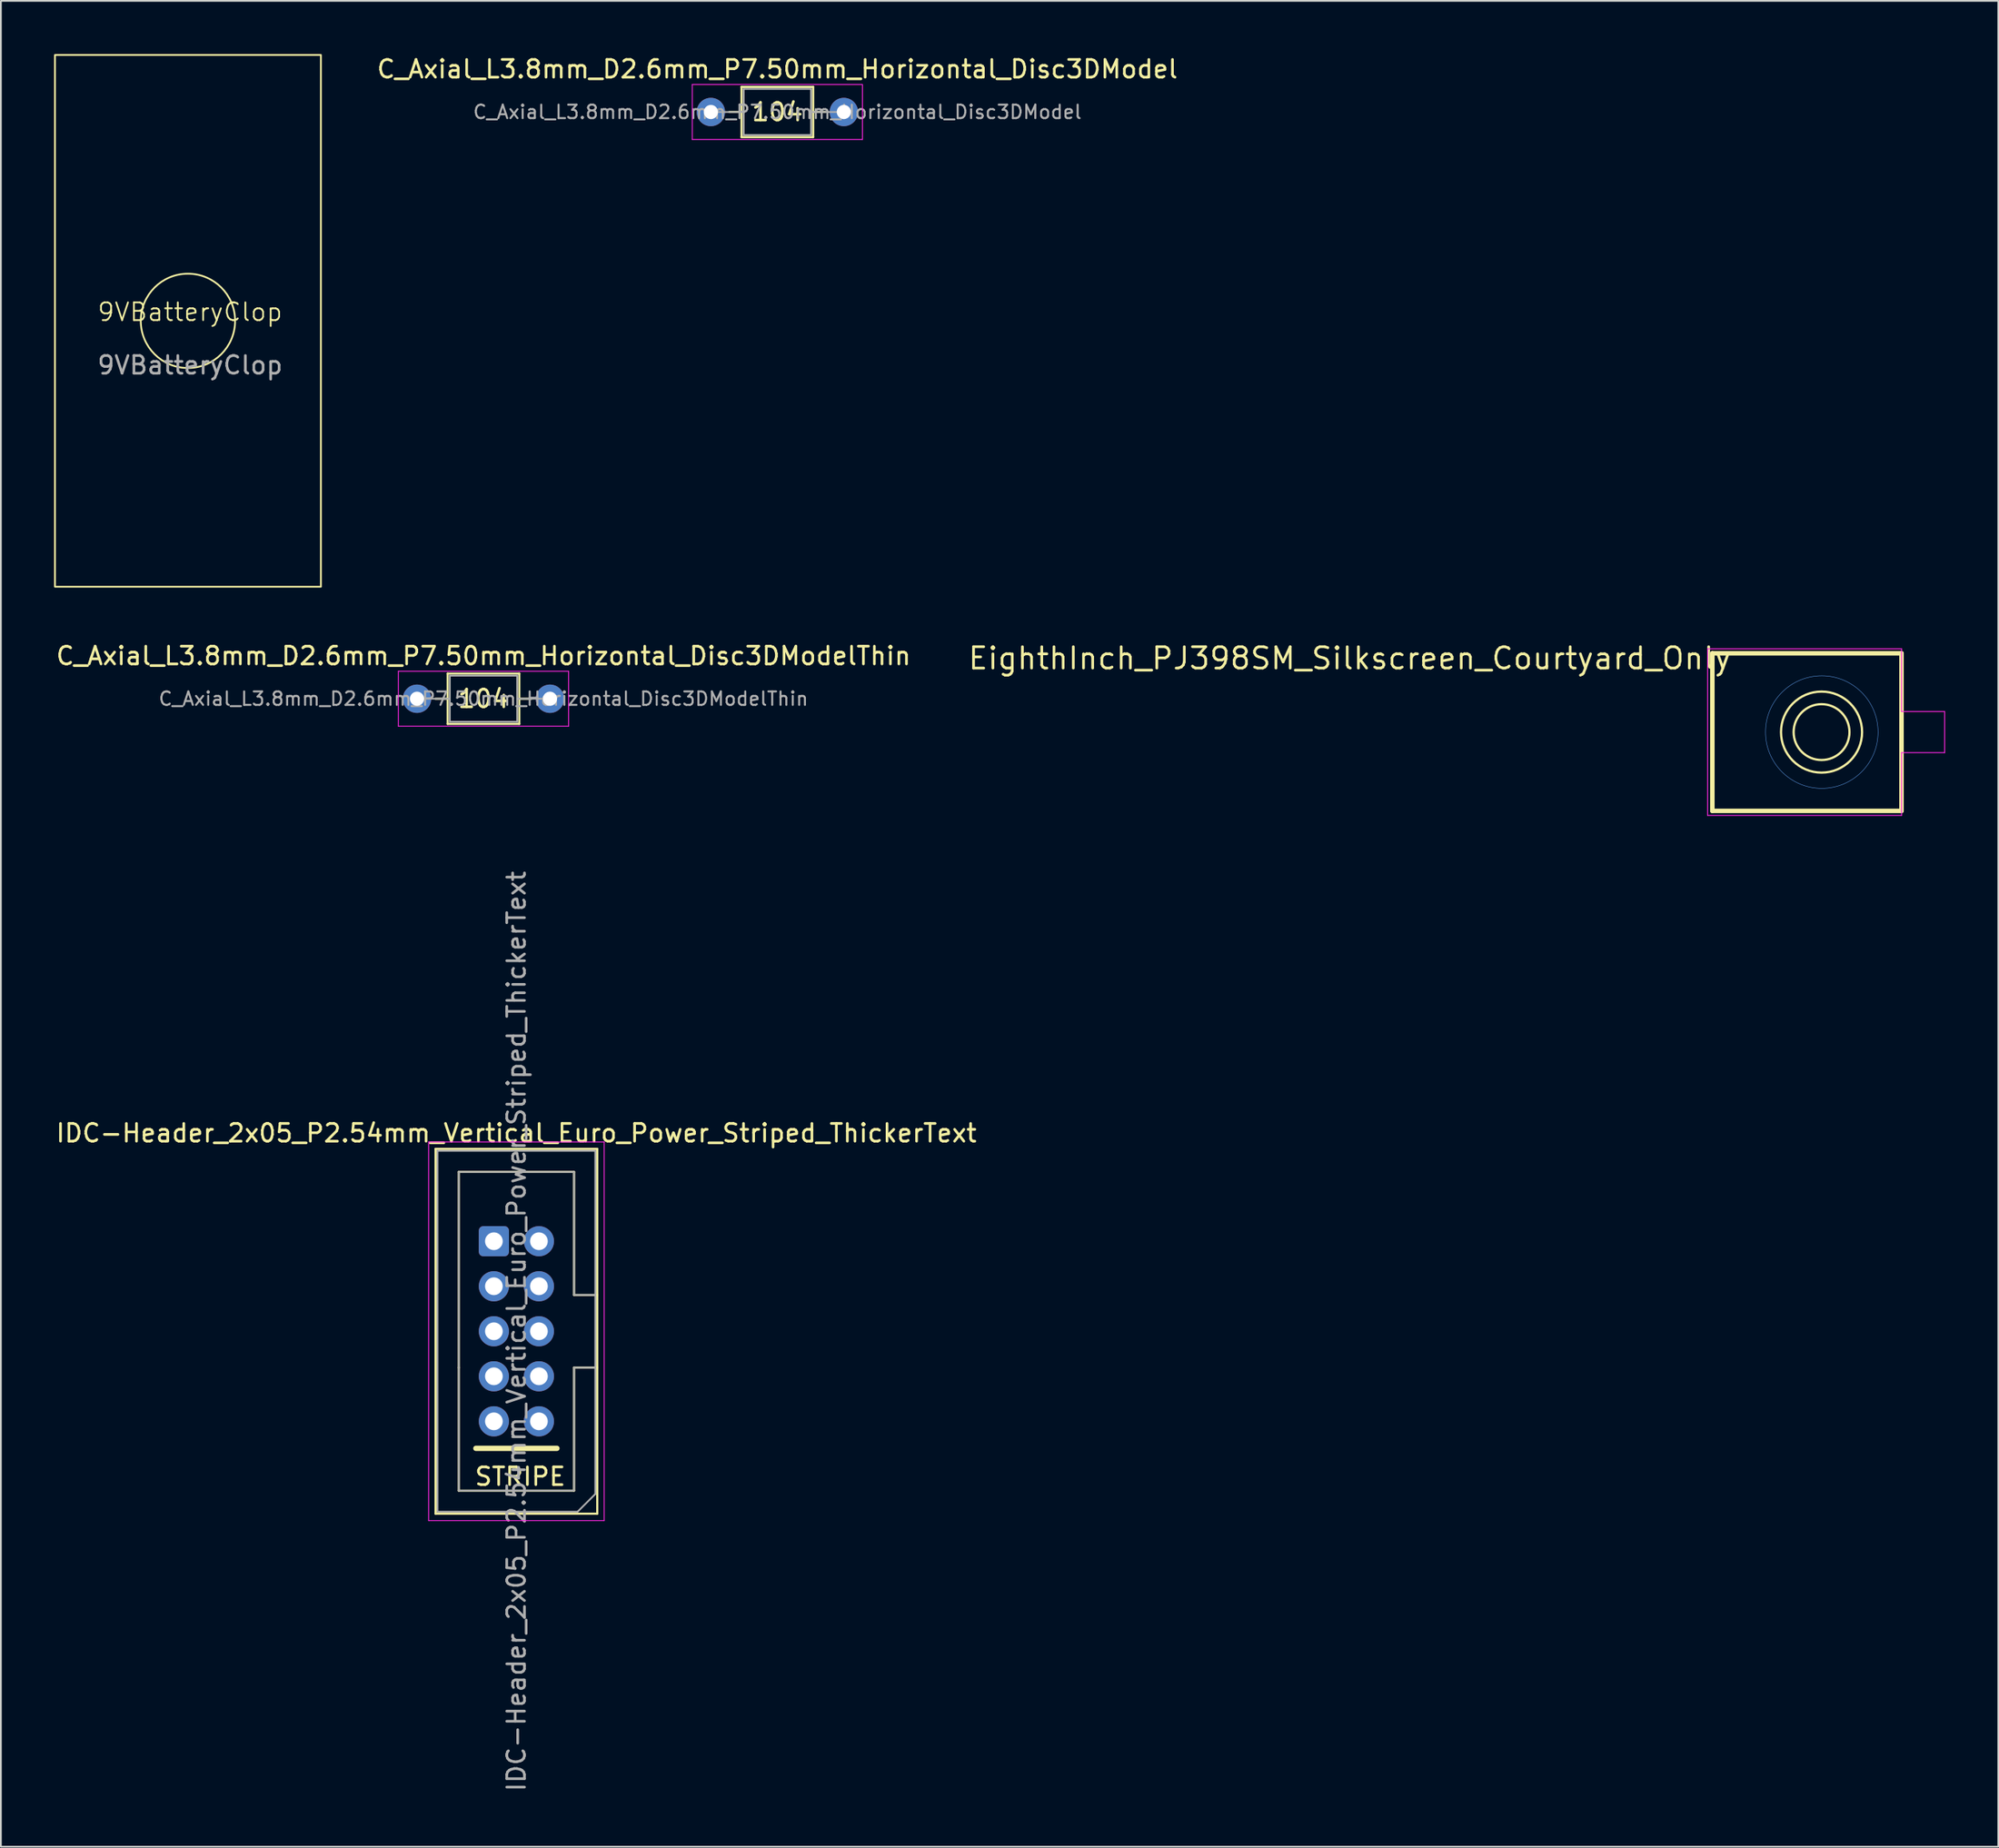
<source format=kicad_pcb>
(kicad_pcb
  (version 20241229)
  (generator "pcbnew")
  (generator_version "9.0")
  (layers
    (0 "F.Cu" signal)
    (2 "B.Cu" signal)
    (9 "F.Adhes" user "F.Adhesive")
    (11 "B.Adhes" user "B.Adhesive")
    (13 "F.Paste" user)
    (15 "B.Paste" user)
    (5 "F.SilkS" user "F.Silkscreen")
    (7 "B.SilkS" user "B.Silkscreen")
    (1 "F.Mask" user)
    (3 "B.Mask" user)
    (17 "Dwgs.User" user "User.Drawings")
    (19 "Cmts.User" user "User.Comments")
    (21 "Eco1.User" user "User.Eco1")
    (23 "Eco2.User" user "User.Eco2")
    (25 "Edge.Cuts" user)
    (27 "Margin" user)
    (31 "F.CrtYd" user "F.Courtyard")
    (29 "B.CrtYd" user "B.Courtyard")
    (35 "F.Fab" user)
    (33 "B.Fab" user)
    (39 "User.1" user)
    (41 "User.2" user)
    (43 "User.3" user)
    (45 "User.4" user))
  (footprint "IDC-Header_2x05_P2.54mm_Vertical_Euro_Power_Striped_ThickerText"
    (layer "F.Cu")
    (at 24.807 66.971)
    (property "Reference" "IDC-Header_2x05_P2.54mm_Vertical_Euro_Power_Striped_ThickerText" (at 1.27 -6.1 0) (layer "F.SilkS") (effects (font (size 1 1) (thickness 0.15))))
    (attr through_hole)
    (fp_line (start -3.29 -5.21) (end -3.29 15.37) (stroke (width 0.12) (type solid)) (layer "F.SilkS"))
    (fp_line (start -3.29 15.37) (end 5.83 15.37) (stroke (width 0.12) (type solid)) (layer "F.SilkS"))
    (fp_line (start -1.98 -3.91) (end -1.98 14.07) (stroke (width 0.12) (type solid)) (layer "F.SilkS"))
    (fp_line (start -1.98 7.13) (end -1.98 7.13) (stroke (width 0.12) (type solid)) (layer "F.SilkS"))
    (fp_line (start -1.98 14.07) (end 4.52 14.07) (stroke (width 0.12) (type solid)) (layer "F.SilkS"))
    (fp_line (start 3.556 11.684) (end -1.016 11.684) (stroke (width 0.3) (type default)) (layer "F.SilkS"))
    (fp_line (start 4.52 -3.91) (end -1.98 -3.91) (stroke (width 0.12) (type solid)) (layer "F.SilkS"))
    (fp_line (start 4.52 3.03) (end 4.52 -3.91) (stroke (width 0.12) (type solid)) (layer "F.SilkS"))
    (fp_line (start 4.52 7.13) (end 5.83 7.13) (stroke (width 0.12) (type solid)) (layer "F.SilkS"))
    (fp_line (start 4.52 14.07) (end 4.52 7.13) (stroke (width 0.12) (type solid)) (layer "F.SilkS"))
    (fp_line (start 5.83 -5.21) (end -3.29 -5.21) (stroke (width 0.12) (type solid)) (layer "F.SilkS"))
    (fp_line (start 5.83 3.03) (end 4.52 3.03) (stroke (width 0.12) (type solid)) (layer "F.SilkS"))
    (fp_line (start 5.83 15.37) (end 5.83 -5.21) (stroke (width 0.12) (type solid)) (layer "F.SilkS"))
    (fp_line (start -3.68 -5.6) (end 6.22 -5.6) (stroke (width 0.05) (type solid)) (layer "F.CrtYd"))
    (fp_line (start -3.68 15.76) (end -3.68 -5.6) (stroke (width 0.05) (type solid)) (layer "F.CrtYd"))
    (fp_line (start 6.22 -5.6) (end 6.22 15.76) (stroke (width 0.05) (type solid)) (layer "F.CrtYd"))
    (fp_line (start 6.22 15.76) (end -3.68 15.76) (stroke (width 0.05) (type solid)) (layer "F.CrtYd"))
    (fp_line (start -3.18 -5.1) (end -3.18 15.26) (stroke (width 0.1) (type solid)) (layer "F.Fab"))
    (fp_line (start -3.18 15.26) (end 4.72 15.26) (stroke (width 0.1) (type solid)) (layer "F.Fab"))
    (fp_line (start -1.98 -3.91) (end -1.98 14.07) (stroke (width 0.1) (type solid)) (layer "F.Fab"))
    (fp_line (start -1.98 7.13) (end -1.98 7.13) (stroke (width 0.1) (type solid)) (layer "F.Fab"))
    (fp_line (start -1.98 14.07) (end 4.52 14.07) (stroke (width 0.1) (type solid)) (layer "F.Fab"))
    (fp_line (start 4.52 -3.91) (end -1.98 -3.91) (stroke (width 0.1) (type solid)) (layer "F.Fab"))
    (fp_line (start 4.52 3.03) (end 4.52 -3.91) (stroke (width 0.1) (type solid)) (layer "F.Fab"))
    (fp_line (start 4.52 7.13) (end 5.72 7.13) (stroke (width 0.1) (type solid)) (layer "F.Fab"))
    (fp_line (start 4.52 14.07) (end 4.52 7.13) (stroke (width 0.1) (type solid)) (layer "F.Fab"))
    (fp_line (start 4.72 15.26) (end 5.72 14.26) (stroke (width 0.1) (type solid)) (layer "F.Fab"))
    (fp_line (start 5.72 -5.1) (end -3.18 -5.1) (stroke (width 0.1) (type solid)) (layer "F.Fab"))
    (fp_line (start 5.72 3.03) (end 4.52 3.03) (stroke (width 0.1) (type solid)) (layer "F.Fab"))
    (fp_line (start 5.72 14.26) (end 5.72 -5.1) (stroke (width 0.1) (type solid)) (layer "F.Fab"))
    (fp_text user "STRIPE" (at -1.162 13.86 0) (unlocked yes) (layer "F.SilkS") (effects (font (size 1 1) (thickness 0.15)) (justify left bottom)))
    (fp_text user "${REFERENCE}" (at 1.27 5.08 270) (layer "F.Fab") (effects (font (size 1 1) (thickness 0.15))))
    (pad "1" thru_hole roundrect (at 0 0) (size 1.7 1.7) (drill 1) (layers "*.Cu" "*.Mask") (roundrect_rratio 0.147))
    (pad "2" thru_hole circle (at 2.54 0) (size 1.7 1.7) (drill 1) (layers "*.Cu" "*.Mask"))
    (pad "3" thru_hole circle (at 0 2.54) (size 1.7 1.7) (drill 1) (layers "*.Cu" "*.Mask"))
    (pad "4" thru_hole circle (at 2.54 2.54) (size 1.7 1.7) (drill 1) (layers "*.Cu" "*.Mask"))
    (pad "5" thru_hole circle (at 0 5.08) (size 1.7 1.7) (drill 1) (layers "*.Cu" "*.Mask"))
    (pad "6" thru_hole circle (at 2.54 5.08) (size 1.7 1.7) (drill 1) (layers "*.Cu" "*.Mask"))
    (pad "7" thru_hole circle (at 0 7.62) (size 1.7 1.7) (drill 1) (layers "*.Cu" "*.Mask"))
    (pad "8" thru_hole circle (at 2.54 7.62) (size 1.7 1.7) (drill 1) (layers "*.Cu" "*.Mask"))
    (pad "9" thru_hole circle (at 0 10.16) (size 1.7 1.7) (drill 1) (layers "*.Cu" "*.Mask"))
    (pad "10" thru_hole circle (at 2.54 10.16) (size 1.7 1.7) (drill 1) (layers "*.Cu" "*.Mask")))
  (footprint "C_Axial_L3.8mm_D2.6mm_P7.50mm_Horizontal_Disc3DModel"
    (layer "F.Cu")
    (at 37.046 3.268)
    (property "Reference" "C_Axial_L3.8mm_D2.6mm_P7.50mm_Horizontal_Disc3DModel" (at 3.75 -2.42 180) (layer "F.SilkS") (effects (font (size 1 1) (thickness 0.15))))
    (property "Silkscreen Value" "104" (at 3.75 -0.000001 0) (unlocked yes) (layer "F.SilkS") (effects (font (size 1 1) (thickness 0.15))))
    (attr through_hole)
    (fp_line (start 1.04 0) (end 1.73 0) (stroke (width 0.12) (type solid)) (layer "F.SilkS"))
    (fp_line (start 1.73 -1.42) (end 1.73 1.42) (stroke (width 0.12) (type solid)) (layer "F.SilkS"))
    (fp_line (start 1.73 1.42) (end 5.77 1.42) (stroke (width 0.12) (type solid)) (layer "F.SilkS"))
    (fp_line (start 5.77 -1.42) (end 1.73 -1.42) (stroke (width 0.12) (type solid)) (layer "F.SilkS"))
    (fp_line (start 5.77 1.42) (end 5.77 -1.42) (stroke (width 0.12) (type solid)) (layer "F.SilkS"))
    (fp_line (start 6.46 0) (end 5.77 0) (stroke (width 0.12) (type solid)) (layer "F.SilkS"))
    (fp_line (start -1.05 -1.55) (end -1.05 1.55) (stroke (width 0.05) (type solid)) (layer "F.CrtYd"))
    (fp_line (start -1.05 1.55) (end 8.55 1.55) (stroke (width 0.05) (type solid)) (layer "F.CrtYd"))
    (fp_line (start 8.55 -1.55) (end -1.05 -1.55) (stroke (width 0.05) (type solid)) (layer "F.CrtYd"))
    (fp_line (start 8.55 1.55) (end 8.55 -1.55) (stroke (width 0.05) (type solid)) (layer "F.CrtYd"))
    (fp_line (start 0 0) (end 1.85 0) (stroke (width 0.1) (type solid)) (layer "F.Fab"))
    (fp_line (start 1.85 -1.3) (end 1.85 1.3) (stroke (width 0.1) (type solid)) (layer "F.Fab"))
    (fp_line (start 1.85 1.3) (end 5.65 1.3) (stroke (width 0.1) (type solid)) (layer "F.Fab"))
    (fp_line (start 5.65 -1.3) (end 1.85 -1.3) (stroke (width 0.1) (type solid)) (layer "F.Fab"))
    (fp_line (start 5.65 1.3) (end 5.65 -1.3) (stroke (width 0.1) (type solid)) (layer "F.Fab"))
    (fp_line (start 7.5 0) (end 5.65 0) (stroke (width 0.1) (type solid)) (layer "F.Fab"))
    (fp_text user "${REFERENCE}" (at 3.75 0 180) (layer "F.Fab") (effects (font (size 0.76 0.76) (thickness 0.114))))
    (pad "1" thru_hole circle (at 0 0) (size 1.6 1.6) (drill 0.8) (layers "*.Cu" "*.Mask"))
    (pad "2" thru_hole oval (at 7.5 0) (size 1.6 1.6) (drill 0.8) (layers "*.Cu" "*.Mask")))
  (footprint "EighthInch_PJ398SM_Silkscreen_Courtyard_Only"
    (layer "F.Cu")
    (at 99.705 38.249)
    (property "Reference" "EighthInch_PJ398SM_Silkscreen_Courtyard_Only" (at -5.017 -4.866 180) (layer "F.SilkS") (effects (font (size 1.206 1.206) (thickness 0.152)) (justify right top)))
    (attr through_hole)
    (fp_line (start -6.172 -4.445) (end -6.172 4.445) (stroke (width 0.254) (type solid)) (layer "F.SilkS"))
    (fp_line (start -6.172 4.445) (end 4.496 4.445) (stroke (width 0.254) (type solid)) (layer "F.SilkS"))
    (fp_line (start 4.496 -4.445) (end -6.172 -4.445) (stroke (width 0.254) (type solid)) (layer "F.SilkS"))
    (fp_line (start 4.496 4.445) (end 4.496 -4.445) (stroke (width 0.254) (type solid)) (layer "F.SilkS"))
    (fp_circle (center -0.013 0) (end 1.562 0) (stroke (width 0.127) (type solid)) (fill no) (layer "F.SilkS"))
    (fp_circle (center -0.013 0) (end 2.273 0) (stroke (width 0.127) (type solid)) (fill no) (layer "F.SilkS"))
    (fp_circle (center 0 0) (end 3.175 0) (stroke (width 0.025) (type solid)) (fill no) (layer "Cmts.User"))
    (fp_line (start -6.44 -4.7) (end -6.44 4.7) (stroke (width 0.05) (type solid)) (layer "F.CrtYd"))
    (fp_line (start -6.44 -4.7) (end 4.5 -4.7) (stroke (width 0.05) (type solid)) (layer "F.CrtYd"))
    (fp_line (start -6.44 4.7) (end 4.5 4.7) (stroke (width 0.05) (type solid)) (layer "F.CrtYd"))
    (fp_line (start 4.5 -4.7) (end 4.5 -1.16) (stroke (width 0.05) (type solid)) (layer "F.CrtYd"))
    (fp_line (start 4.5 -1.16) (end 6.93 -1.16) (stroke (width 0.05) (type solid)) (layer "F.CrtYd"))
    (fp_line (start 4.5 1.16) (end 4.5 4.7) (stroke (width 0.05) (type solid)) (layer "F.CrtYd"))
    (fp_line (start 6.93 -1.16) (end 6.93 1.16) (stroke (width 0.05) (type solid)) (layer "F.CrtYd"))
    (fp_line (start 6.93 1.16) (end 4.5 1.16) (stroke (width 0.05) (type solid)) (layer "F.CrtYd")))
  (footprint "C_Axial_L3.8mm_D2.6mm_P7.50mm_Horizontal_Disc3DModelThin"
    (layer "F.Cu")
    (at 20.47 36.368)
    (property "Reference" "C_Axial_L3.8mm_D2.6mm_P7.50mm_Horizontal_Disc3DModelThin" (at 3.75 -2.42 180) (layer "F.SilkS") (effects (font (size 1 1) (thickness 0.15))))
    (property "Silkscreen Value" "104" (at 3.75 -0.000001 0) (unlocked yes) (layer "F.SilkS") (effects (font (size 1 1) (thickness 0.15))))
    (attr through_hole)
    (fp_line (start 1.04 0) (end 1.73 0) (stroke (width 0.12) (type solid)) (layer "F.SilkS"))
    (fp_line (start 1.73 -1.42) (end 1.73 1.42) (stroke (width 0.12) (type solid)) (layer "F.SilkS"))
    (fp_line (start 1.73 1.42) (end 5.77 1.42) (stroke (width 0.12) (type solid)) (layer "F.SilkS"))
    (fp_line (start 5.77 -1.42) (end 1.73 -1.42) (stroke (width 0.12) (type solid)) (layer "F.SilkS"))
    (fp_line (start 5.77 1.42) (end 5.77 -1.42) (stroke (width 0.12) (type solid)) (layer "F.SilkS"))
    (fp_line (start 6.46 0) (end 5.77 0) (stroke (width 0.12) (type solid)) (layer "F.SilkS"))
    (fp_line (start -1.05 -1.55) (end -1.05 1.55) (stroke (width 0.05) (type solid)) (layer "F.CrtYd"))
    (fp_line (start -1.05 1.55) (end 8.55 1.55) (stroke (width 0.05) (type solid)) (layer "F.CrtYd"))
    (fp_line (start 8.55 -1.55) (end -1.05 -1.55) (stroke (width 0.05) (type solid)) (layer "F.CrtYd"))
    (fp_line (start 8.55 1.55) (end 8.55 -1.55) (stroke (width 0.05) (type solid)) (layer "F.CrtYd"))
    (fp_line (start 0 0) (end 1.85 0) (stroke (width 0.1) (type solid)) (layer "F.Fab"))
    (fp_line (start 1.85 -1.3) (end 1.85 1.3) (stroke (width 0.1) (type solid)) (layer "F.Fab"))
    (fp_line (start 1.85 1.3) (end 5.65 1.3) (stroke (width 0.1) (type solid)) (layer "F.Fab"))
    (fp_line (start 5.65 -1.3) (end 1.85 -1.3) (stroke (width 0.1) (type solid)) (layer "F.Fab"))
    (fp_line (start 5.65 1.3) (end 5.65 -1.3) (stroke (width 0.1) (type solid)) (layer "F.Fab"))
    (fp_line (start 7.5 0) (end 5.65 0) (stroke (width 0.1) (type solid)) (layer "F.Fab"))
    (fp_text user "${REFERENCE}" (at 3.75 0 180) (layer "F.Fab") (effects (font (size 0.76 0.76) (thickness 0.114))))
    (pad "1" thru_hole circle (at 0 0) (size 1.6 1.6) (drill 0.8) (layers "*.Cu" "*.Mask"))
    (pad "2" thru_hole oval (at 7.5 0) (size 1.6 1.6) (drill 0.8) (layers "*.Cu" "*.Mask")))
  (footprint "9VBatteryClop"
    (layer "F.Cu")
    (at 7.67 15.05)
    (property "Reference" "9VBatteryClop" (at 0 -0.5 0) (unlocked yes) (layer "F.SilkS") (effects (font (size 1 1) (thickness 0.1))))
    (attr smd)
    (fp_rect (start -7.62 -15) (end 7.38 15) (stroke (width 0.1) (type default)) (fill no) (layer "F.SilkS"))
    (fp_circle (center -0.12 0) (end 2.54 0) (stroke (width 0.1) (type default)) (fill no) (layer "F.SilkS"))
    (fp_text user "${REFERENCE}" (at 0 2.5 0) (unlocked yes) (layer "F.Fab") (effects (font (size 1 1) (thickness 0.15)))))
  (gr_rect
    (start -3 -3)
    (end 109.66 101.129)
    (stroke (width 0.1) (type default))
    (fill no)
    (layer "Edge.Cuts")))
</source>
